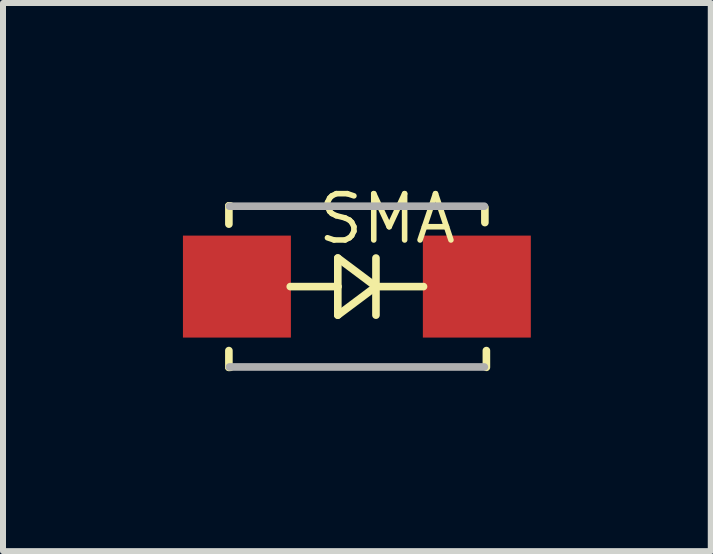
<source format=kicad_pcb>
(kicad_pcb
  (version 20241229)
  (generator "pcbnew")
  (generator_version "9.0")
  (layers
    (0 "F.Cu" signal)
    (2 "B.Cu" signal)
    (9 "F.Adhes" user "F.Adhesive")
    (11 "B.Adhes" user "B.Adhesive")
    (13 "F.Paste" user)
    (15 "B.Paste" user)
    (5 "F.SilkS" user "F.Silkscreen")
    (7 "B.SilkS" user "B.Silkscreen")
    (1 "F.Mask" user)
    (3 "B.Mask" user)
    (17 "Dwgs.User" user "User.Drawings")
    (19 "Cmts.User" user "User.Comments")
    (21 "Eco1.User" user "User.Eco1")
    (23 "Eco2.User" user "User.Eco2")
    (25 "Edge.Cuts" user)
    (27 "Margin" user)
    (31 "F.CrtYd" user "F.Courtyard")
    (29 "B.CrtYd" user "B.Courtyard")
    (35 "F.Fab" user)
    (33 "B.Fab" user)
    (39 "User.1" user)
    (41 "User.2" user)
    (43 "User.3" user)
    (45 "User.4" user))
  (footprint "SMA"
    (layer "F.Cu")
    (at 2.9 1.728)
    (property "Reference" "SMA" (at -0.699 -0.678 180) (layer "F.SilkS") (effects (font (size 0.772 0.772) (thickness 0.093)) (justify left bottom)))
    (attr through_hole)
    (fp_line (start -2.134 -1.346) (end -2.134 -1.041) (stroke (width 0.127) (type solid)) (layer "F.SilkS"))
    (fp_line (start -2.134 1.346) (end -2.134 1.067) (stroke (width 0.127) (type solid)) (layer "F.SilkS"))
    (fp_line (start -2.108 -1.346) (end -2.134 -1.346) (stroke (width 0.127) (type solid)) (layer "F.SilkS"))
    (fp_line (start -2.108 1.346) (end -2.134 1.346) (stroke (width 0.127) (type solid)) (layer "F.SilkS"))
    (fp_line (start -0.318 -0.476) (end -0.318 0) (stroke (width 0.127) (type solid)) (layer "F.SilkS"))
    (fp_line (start -0.318 0) (end -1.111 0) (stroke (width 0.127) (type solid)) (layer "F.SilkS"))
    (fp_line (start -0.318 0) (end -0.318 0.476) (stroke (width 0.127) (type solid)) (layer "F.SilkS"))
    (fp_line (start -0.318 0.476) (end 0.318 0) (stroke (width 0.127) (type solid)) (layer "F.SilkS"))
    (fp_line (start 0.318 0) (end -0.318 -0.476) (stroke (width 0.127) (type solid)) (layer "F.SilkS"))
    (fp_line (start 0.318 0) (end 0.318 -0.476) (stroke (width 0.127) (type solid)) (layer "F.SilkS"))
    (fp_line (start 0.318 0) (end 0.318 0.476) (stroke (width 0.127) (type solid)) (layer "F.SilkS"))
    (fp_line (start 0.318 0) (end 1.111 0) (stroke (width 0.127) (type solid)) (layer "F.SilkS"))
    (fp_line (start 2.134 -1.321) (end 2.134 -1.067) (stroke (width 0.127) (type solid)) (layer "F.SilkS"))
    (fp_line (start 2.159 1.346) (end 2.159 1.067) (stroke (width 0.127) (type solid)) (layer "F.SilkS"))
    (fp_line (start -2.125 -1.34) (end 2.125 -1.34) (stroke (width 0.127) (type solid)) (layer "F.Fab"))
    (fp_line (start -2.125 1.34) (end 2.125 1.34) (stroke (width 0.127) (type solid)) (layer "F.Fab"))
    (pad "A" smd rect (at -2 0) (size 1.8 1.7) (layers "F.Cu" "F.Mask" "F.Paste"))
    (pad "K" smd rect (at 2 0) (size 1.8 1.7) (layers "F.Cu" "F.Mask" "F.Paste")))
  (gr_rect
    (start -3 -3)
    (end 8.8 6.138)
    (stroke (width 0.1) (type default))
    (fill no)
    (layer "Edge.Cuts")))
</source>
